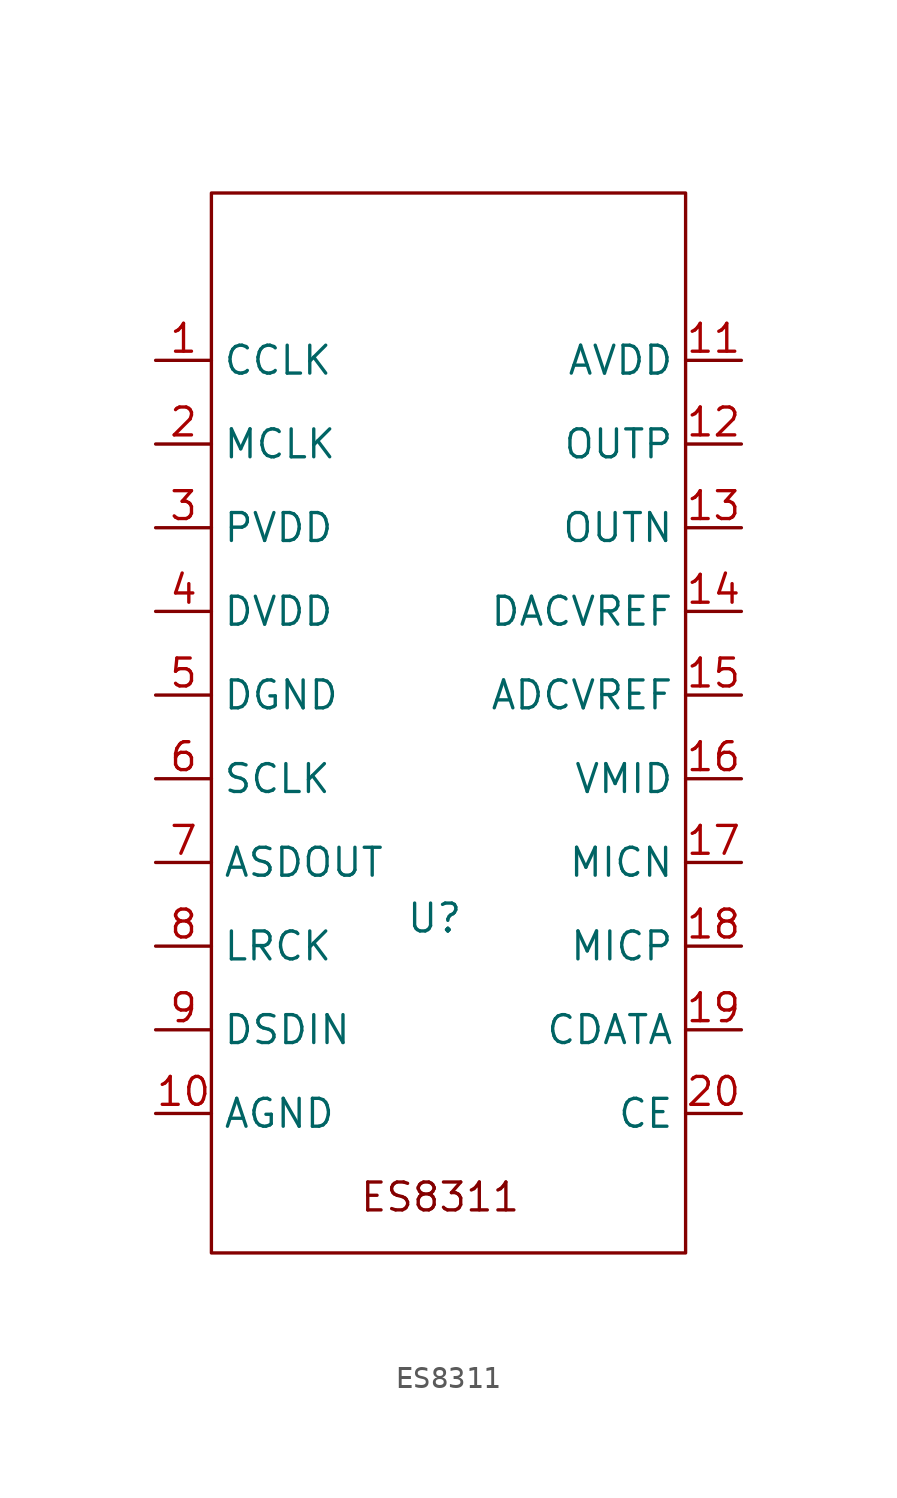
<source format=kicad_sym>
(kicad_symbol_lib
  (version 20231120)
  (generator "kicad_symbol_editor")
  (generator_version "8.0")
  (symbol "ES8311"
    (property "Reference" "U"
      (at 0 0 0)
      (effects (font (size 1.27 1.27))))
    (property "Value" ""
      (at 0 0 0)
      (effects (font (size 1.27 1.27))))
    (symbol "ES8311_0_1"
      (rectangle (start -10.16 33.02) (end 11.43 -15.24) (stroke (width 0) (type default)) (fill (type none))))
    (symbol "ES8311_1_1"
      (text "ES8311" (at 0.254 -12.7 0) (effects (font (size 1.27 1.27))))
      (pin input line (at -12.7 25.4 0) (length 2.54) (name "CCLK" (effects (font (size 1.27 1.27)))) (number "1" (effects (font (size 1.27 1.27)))))
      (pin input line (at -12.7 -8.89 0) (length 2.54) (name "AGND" (effects (font (size 1.27 1.27)))) (number "10" (effects (font (size 1.27 1.27)))))
      (pin input line (at 13.97 25.4 180) (length 2.54) (name "AVDD" (effects (font (size 1.27 1.27)))) (number "11" (effects (font (size 1.27 1.27)))))
      (pin input line (at 13.97 21.59 180) (length 2.54) (name "OUTP" (effects (font (size 1.27 1.27)))) (number "12" (effects (font (size 1.27 1.27)))))
      (pin input line (at 13.97 17.78 180) (length 2.54) (name "OUTN" (effects (font (size 1.27 1.27)))) (number "13" (effects (font (size 1.27 1.27)))))
      (pin input line (at 13.97 13.97 180) (length 2.54) (name "DACVREF" (effects (font (size 1.27 1.27)))) (number "14" (effects (font (size 1.27 1.27)))))
      (pin input line (at 13.97 10.16 180) (length 2.54) (name "ADCVREF" (effects (font (size 1.27 1.27)))) (number "15" (effects (font (size 1.27 1.27)))))
      (pin input line (at 13.97 6.35 180) (length 2.54) (name "VMID" (effects (font (size 1.27 1.27)))) (number "16" (effects (font (size 1.27 1.27)))))
      (pin input line (at 13.97 2.54 180) (length 2.54) (name "MICN" (effects (font (size 1.27 1.27)))) (number "17" (effects (font (size 1.27 1.27)))))
      (pin input line (at 13.97 -1.27 180) (length 2.54) (name "MICP" (effects (font (size 1.27 1.27)))) (number "18" (effects (font (size 1.27 1.27)))))
      (pin input line (at 13.97 -5.08 180) (length 2.54) (name "CDATA" (effects (font (size 1.27 1.27)))) (number "19" (effects (font (size 1.27 1.27)))))
      (pin input line (at -12.7 21.59 0) (length 2.54) (name "MCLK" (effects (font (size 1.27 1.27)))) (number "2" (effects (font (size 1.27 1.27)))))
      (pin input line (at 13.97 -8.89 180) (length 2.54) (name "CE" (effects (font (size 1.27 1.27)))) (number "20" (effects (font (size 1.27 1.27)))))
      (pin input line (at -12.7 17.78 0) (length 2.54) (name "PVDD" (effects (font (size 1.27 1.27)))) (number "3" (effects (font (size 1.27 1.27)))))
      (pin input line (at -12.7 13.97 0) (length 2.54) (name "DVDD" (effects (font (size 1.27 1.27)))) (number "4" (effects (font (size 1.27 1.27)))))
      (pin input line (at -12.7 10.16 0) (length 2.54) (name "DGND" (effects (font (size 1.27 1.27)))) (number "5" (effects (font (size 1.27 1.27)))))
      (pin input line (at -12.7 6.35 0) (length 2.54) (name "SCLK" (effects (font (size 1.27 1.27)))) (number "6" (effects (font (size 1.27 1.27)))))
      (pin input line (at -12.7 2.54 0) (length 2.54) (name "ASDOUT" (effects (font (size 1.27 1.27)))) (number "7" (effects (font (size 1.27 1.27)))))
      (pin input line (at -12.7 -1.27 0) (length 2.54) (name "LRCK" (effects (font (size 1.27 1.27)))) (number "8" (effects (font (size 1.27 1.27)))))
      (pin input line (at -12.7 -5.08 0) (length 2.54) (name "DSDIN" (effects (font (size 1.27 1.27)))) (number "9" (effects (font (size 1.27 1.27))))))))
</source>
